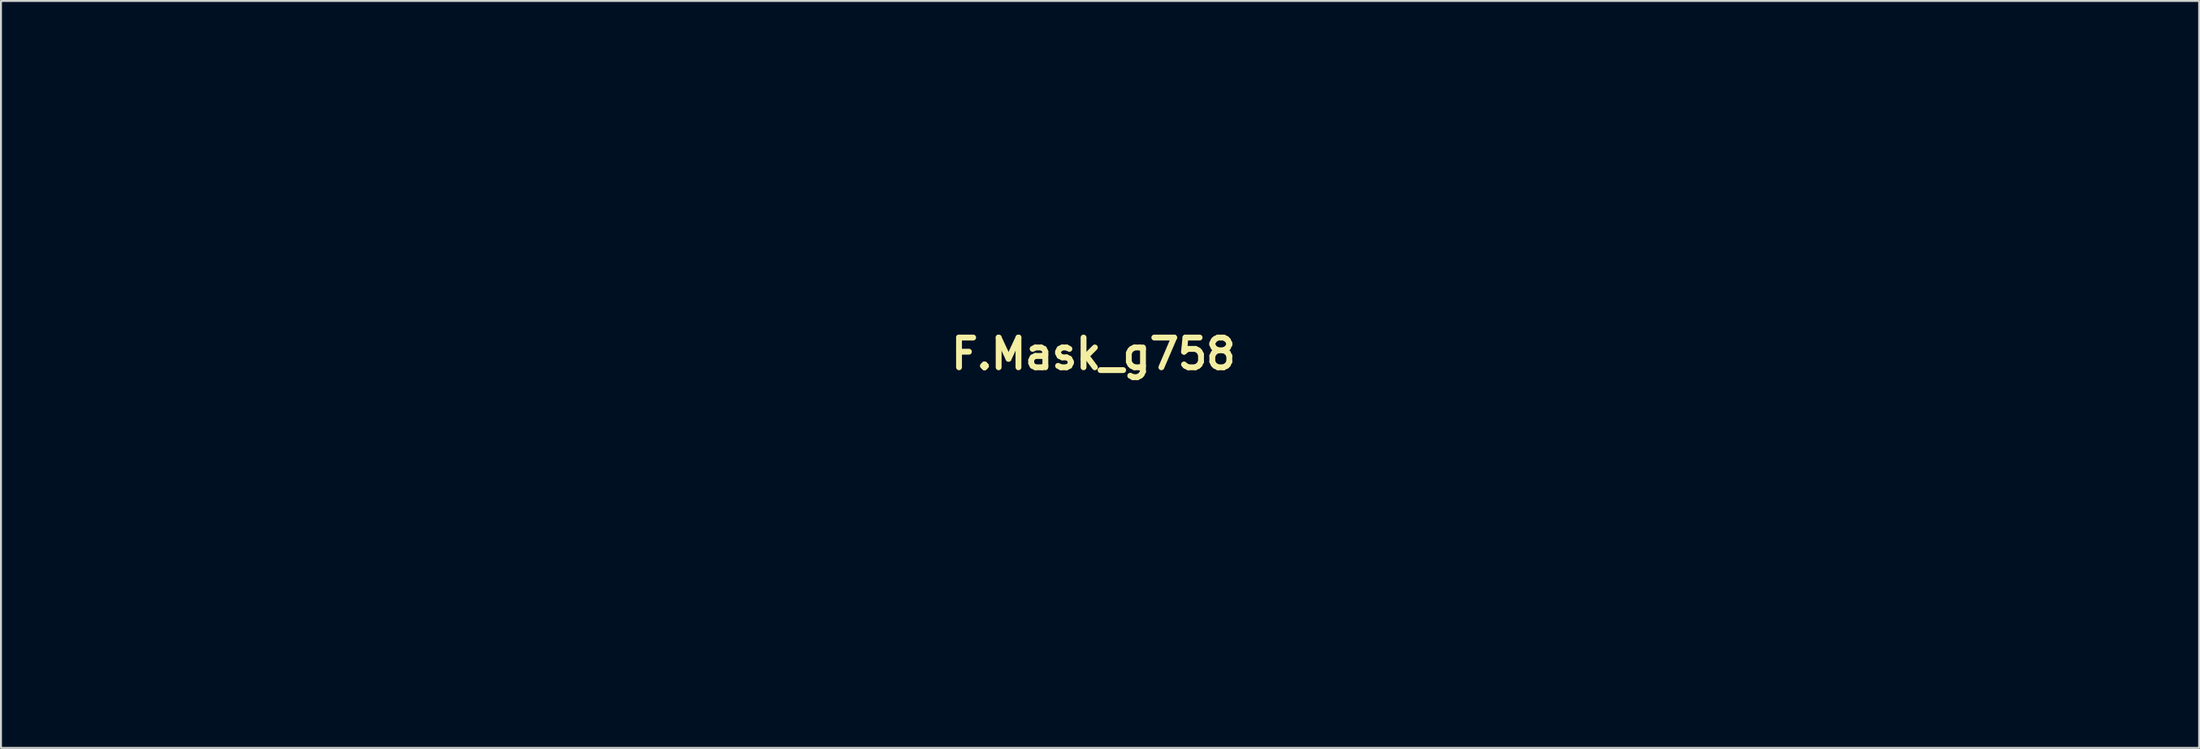
<source format=kicad_pcb>
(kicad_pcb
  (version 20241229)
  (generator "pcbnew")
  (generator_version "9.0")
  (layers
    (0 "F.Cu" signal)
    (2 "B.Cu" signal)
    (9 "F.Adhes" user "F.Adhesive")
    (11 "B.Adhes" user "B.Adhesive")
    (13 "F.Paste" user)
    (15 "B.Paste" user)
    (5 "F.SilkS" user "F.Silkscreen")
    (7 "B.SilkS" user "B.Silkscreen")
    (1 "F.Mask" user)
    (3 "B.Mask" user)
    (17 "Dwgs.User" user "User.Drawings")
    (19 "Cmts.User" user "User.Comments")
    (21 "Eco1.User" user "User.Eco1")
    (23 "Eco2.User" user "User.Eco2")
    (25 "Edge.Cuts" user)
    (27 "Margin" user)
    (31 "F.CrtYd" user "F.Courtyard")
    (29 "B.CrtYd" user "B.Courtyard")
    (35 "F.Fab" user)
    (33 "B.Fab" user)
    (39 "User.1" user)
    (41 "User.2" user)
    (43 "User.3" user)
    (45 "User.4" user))
  (footprint "F.Mask_g758"
    (layer "F.Cu")
    (at 53.028 15.097)
    (property "Reference" "F.Mask_g758" (at 0 0 0) (layer "F.SilkS") (effects (font (size 1.524 1.524) (thickness 0.3))))
    (attr through_hole)
    (fp_poly (pts (xy -0.118 3.712) (xy -0.08 3.722) (xy -0.066 3.732) (xy -0.048 3.766) (xy -0.021 3.827) (xy 0.009 3.905) (xy 0.014 3.918) (xy 0.054 4.067) (xy 0.078 4.229) (xy 0.084 4.392) (xy 0.071 4.542) (xy 0.047 4.646) (xy 0.021 4.731) (xy -0.001 4.816) (xy -0.01 4.862) (xy -0.03 4.933) (xy -0.06 4.996) (xy -0.067 5.006) (xy -0.136 5.07) (xy -0.216 5.109) (xy -0.298 5.122) (xy -0.371 5.107) (xy -0.415 5.075) (xy -0.483 4.987) (xy -0.53 4.912) (xy -0.55 4.855) (xy -0.55 4.848) (xy -0.555 4.809) (xy -0.567 4.74) (xy -0.585 4.654) (xy -0.595 4.609) (xy -0.626 4.418) (xy -0.628 4.244) (xy -0.6 4.071) (xy -0.547 3.905) (xy -0.476 3.715) (xy -0.284 3.709) (xy -0.183 3.707) (xy -0.118 3.712)) (stroke (width 0.01) (type solid)) (fill yes) (layer "F.Mask"))
    (fp_poly (pts (xy 7.586 3.38) (xy 7.611 3.42) (xy 7.635 3.433) (xy 7.648 3.445) (xy 7.664 3.478) (xy 7.684 3.537) (xy 7.708 3.625) (xy 7.739 3.746) (xy 7.776 3.903) (xy 7.789 3.958) (xy 7.822 4.104) (xy 7.854 4.238) (xy 7.881 4.355) (xy 7.903 4.448) (xy 7.918 4.511) (xy 7.923 4.535) (xy 7.938 4.593) (xy 7.578 4.593) (xy 7.431 4.592) (xy 7.321 4.588) (xy 7.25 4.582) (xy 7.219 4.574) (xy 7.218 4.571) (xy 7.223 4.546) (xy 7.237 4.485) (xy 7.258 4.394) (xy 7.286 4.28) (xy 7.318 4.149) (xy 7.345 4.043) (xy 7.38 3.9) (xy 7.412 3.768) (xy 7.438 3.654) (xy 7.458 3.564) (xy 7.469 3.503) (xy 7.472 3.483) (xy 7.483 3.439) (xy 7.504 3.429) (xy 7.536 3.411) (xy 7.554 3.382) (xy 7.572 3.334) (xy 7.586 3.38)) (stroke (width 0.01) (type solid)) (fill yes) (layer "F.Mask"))
    (fp_poly (pts (xy 21.154 -13.991) (xy 21.304 -13.803) (xy 21.446 -13.624) (xy 21.578 -13.458) (xy 21.698 -13.306) (xy 21.802 -13.172) (xy 21.89 -13.058) (xy 21.959 -12.968) (xy 22.007 -12.903) (xy 22.032 -12.868) (xy 22.035 -12.862) (xy 22.03 -12.839) (xy 22.017 -12.777) (xy 21.995 -12.677) (xy 21.965 -12.541) (xy 21.928 -12.372) (xy 21.883 -12.17) (xy 21.832 -11.939) (xy 21.774 -11.68) (xy 21.711 -11.394) (xy 21.642 -11.084) (xy 21.568 -10.752) (xy 21.489 -10.4) (xy 21.406 -10.028) (xy 21.319 -9.64) (xy 21.229 -9.237) (xy 21.136 -8.821) (xy 21.041 -8.394) (xy 21.028 -8.338) (xy 20.836 -7.478) (xy 20.644 -6.623) (xy 20.455 -5.776) (xy 20.267 -4.935) (xy 20.081 -4.104) (xy 19.897 -3.282) (xy 19.716 -2.471) (xy 19.538 -1.671) (xy 19.362 -0.884) (xy 19.189 -0.11) (xy 19.02 0.649) (xy 18.854 1.393) (xy 18.692 2.12) (xy 18.534 2.83) (xy 18.38 3.521) (xy 18.23 4.193) (xy 18.085 4.845) (xy 17.945 5.475) (xy 17.81 6.083) (xy 17.68 6.667) (xy 17.556 7.227) (xy 17.437 7.762) (xy 17.324 8.271) (xy 17.217 8.752) (xy 17.117 9.205) (xy 17.023 9.628) (xy 16.937 10.022) (xy 16.857 10.384) (xy 16.784 10.714) (xy 16.719 11.011) (xy 16.661 11.273) (xy 16.612 11.501) (xy 16.57 11.692) (xy 16.537 11.846) (xy 16.512 11.962) (xy 16.496 12.039) (xy 16.489 12.076) (xy 16.489 12.079) (xy 16.51 12.079) (xy 16.572 12.08) (xy 16.675 12.08) (xy 16.817 12.08) (xy 16.998 12.081) (xy 17.216 12.081) (xy 17.471 12.081) (xy 17.762 12.082) (xy 18.087 12.082) (xy 18.446 12.082) (xy 18.838 12.083) (xy 19.262 12.083) (xy 19.716 12.083) (xy 20.2 12.083) (xy 20.714 12.084) (xy 21.255 12.084) (xy 21.823 12.084) (xy 22.418 12.084) (xy 23.037 12.084) (xy 23.681 12.085) (xy 24.348 12.085) (xy 25.037 12.085) (xy 25.748 12.085) (xy 26.479 12.085) (xy 27.229 12.086) (xy 27.998 12.086) (xy 28.784 12.086) (xy 29.586 12.086) (xy 30.405 12.086) (xy 31.238 12.086) (xy 32.084 12.086) (xy 32.943 12.086) (xy 33.814 12.086) (xy 34.696 12.086) (xy 35.094 12.086) (xy 53.7 12.086) (xy 53.7 17.209) (xy -53.023 17.209) (xy -53.023 12.086) (xy -34.68 12.086) (xy -33.621 12.086) (xy -32.603 12.086) (xy -31.625 12.086) (xy -30.688 12.086) (xy -29.789 12.086) (xy -28.929 12.086) (xy -28.106 12.086) (xy -27.32 12.086) (xy -26.569 12.086) (xy -25.853 12.086) (xy -25.171 12.086) (xy -24.523 12.085) (xy -23.907 12.085) (xy -23.323 12.085) (xy -22.769 12.085) (xy -22.245 12.084) (xy -21.751 12.084) (xy -21.284 12.084) (xy -20.845 12.083) (xy -20.433 12.083) (xy -20.047 12.083) (xy -19.685 12.082) (xy -19.348 12.082) (xy -19.034 12.081) (xy -18.742 12.08) (xy -18.473 12.08) (xy -18.224 12.079) (xy -17.995 12.078) (xy -17.785 12.077) (xy -17.594 12.077) (xy -17.42 12.076) (xy -17.263 12.075) (xy -17.122 12.074) (xy -16.996 12.073) (xy -16.884 12.071) (xy -16.785 12.07) (xy -16.699 12.069) (xy -16.625 12.068) (xy -16.562 12.066) (xy -16.509 12.065) (xy -16.465 12.063) (xy -16.43 12.062) (xy -16.402 12.06) (xy -16.381 12.058) (xy -16.366 12.056) (xy -16.356 12.054) (xy -16.351 12.052) (xy -16.349 12.05) (xy -16.349 12.049) (xy -16.355 12.021) (xy -16.37 11.956) (xy -16.392 11.859) (xy -16.42 11.735) (xy -16.452 11.589) (xy -16.488 11.425) (xy -16.526 11.249) (xy -16.531 11.229) (xy -16.611 10.866) (xy -16.7 10.463) (xy -16.797 10.023) (xy -16.902 9.548) (xy -17.015 9.04) (xy -17.135 8.501) (xy -17.262 7.933) (xy -17.396 7.338) (xy -17.534 6.718) (xy -17.679 6.075) (xy -17.828 5.411) (xy -17.981 4.728) (xy -18.139 4.029) (xy -18.3 3.314) (xy -18.464 2.587) (xy -18.587 2.041) (xy -12.869 2.041) (xy -12.869 2.561) (xy -9.97 2.561) (xy -9.969 3.858) (xy -9.968 5.154) (xy -9.918 5.271) (xy -9.901 5.312) (xy -9.885 5.346) (xy -9.868 5.375) (xy -9.846 5.399) (xy -9.814 5.418) (xy -9.771 5.432) (xy -9.711 5.443) (xy -9.633 5.451) (xy -9.531 5.456) (xy -9.404 5.459) (xy -9.246 5.46) (xy -9.056 5.461) (xy -8.828 5.461) (xy -8.673 5.461) (xy -7.599 5.461) (xy -7.599 4.788) (xy -7.89 4.78) (xy -8.013 4.776) (xy -8.102 4.771) (xy -8.165 4.763) (xy -8.21 4.751) (xy -8.246 4.734) (xy -8.25 4.731) (xy -8.319 4.69) (xy -8.319 3.281) (xy -6.519 3.281) (xy -6.519 5.546) (xy -5.144 5.546) (xy -5.144 3.619) (xy -4.944 3.619) (xy -4.844 3.621) (xy -4.77 3.627) (xy -4.707 3.642) (xy -4.639 3.668) (xy -4.587 3.691) (xy -4.479 3.746) (xy -4.406 3.8) (xy -4.36 3.864) (xy -4.337 3.948) (xy -4.329 4.062) (xy -4.329 4.096) (xy -4.337 4.239) (xy -4.364 4.347) (xy -4.414 4.423) (xy -4.492 4.473) (xy -4.601 4.5) (xy -4.746 4.508) (xy -4.747 4.508) (xy -4.932 4.508) (xy -4.673 5.027) (xy -4.414 5.546) (xy -3.731 5.546) (xy -3.566 5.545) (xy -3.415 5.545) (xy -3.283 5.544) (xy -3.176 5.543) (xy -3.099 5.541) (xy -3.055 5.54) (xy -3.048 5.539) (xy -3.06 5.52) (xy -3.094 5.474) (xy -3.146 5.403) (xy -3.211 5.315) (xy -3.287 5.214) (xy -3.301 5.195) (xy -3.555 4.858) (xy -3.366 4.678) (xy -3.274 4.587) (xy -3.207 4.513) (xy -3.157 4.443) (xy -3.117 4.369) (xy -3.107 4.35) (xy -3.103 4.341) (xy -1.942 4.341) (xy -1.939 4.415) (xy -1.901 4.616) (xy -1.828 4.799) (xy -1.717 4.968) (xy -1.578 5.119) (xy -1.4 5.26) (xy -1.2 5.372) (xy -0.972 5.456) (xy -0.73 5.512) (xy -0.584 5.531) (xy -0.412 5.541) (xy -0.229 5.542) (xy -0.051 5.536) (xy 0.107 5.521) (xy 0.16 5.513) (xy 0.417 5.453) (xy 0.648 5.37) (xy 0.852 5.263) (xy 1.025 5.137) (xy 1.166 4.992) (xy 1.248 4.868) (xy 2.286 4.868) (xy 2.286 5.207) (xy 2.286 5.334) (xy 2.288 5.425) (xy 2.291 5.486) (xy 2.297 5.522) (xy 2.306 5.54) (xy 2.319 5.546) (xy 2.323 5.546) (xy 2.351 5.545) (xy 2.417 5.542) (xy 2.517 5.538) (xy 2.646 5.533) (xy 2.705 5.53) (xy 5.567 5.53) (xy 5.587 5.534) (xy 5.645 5.537) (xy 5.736 5.539) (xy 5.854 5.541) (xy 5.996 5.541) (xy 6.156 5.541) (xy 6.302 5.541) (xy 7.037 5.535) (xy 7.079 5.318) (xy 7.12 5.101) (xy 8.018 5.101) (xy 8.107 5.323) (xy 8.196 5.546) (xy 8.892 5.546) (xy 9.089 5.545) (xy 9.247 5.544) (xy 9.37 5.542) (xy 9.461 5.539) (xy 9.523 5.535) (xy 9.561 5.53) (xy 9.577 5.523) (xy 9.578 5.519) (xy 9.571 5.494) (xy 9.553 5.432) (xy 9.528 5.337) (xy 9.494 5.213) (xy 9.453 5.064) (xy 9.407 4.893) (xy 9.357 4.705) (xy 9.303 4.503) (xy 9.281 4.424) (xy 9.226 4.218) (xy 9.174 4.023) (xy 9.126 3.844) (xy 9.083 3.685) (xy 9.046 3.549) (xy 9.017 3.441) (xy 8.996 3.364) (xy 8.985 3.323) (xy 8.983 3.318) (xy 8.979 3.311) (xy 8.969 3.304) (xy 8.951 3.299) (xy 8.921 3.294) (xy 8.876 3.291) (xy 8.814 3.288) (xy 8.731 3.285) (xy 8.624 3.284) (xy 8.491 3.283) (xy 8.328 3.282) (xy 8.133 3.281) (xy 7.901 3.281) (xy 7.631 3.281) (xy 7.569 3.281) (xy 6.167 3.281) (xy 5.867 4.397) (xy 5.81 4.607) (xy 5.757 4.805) (xy 5.709 4.987) (xy 5.666 5.148) (xy 5.629 5.287) (xy 5.6 5.397) (xy 5.579 5.477) (xy 5.568 5.522) (xy 5.567 5.53) (xy 2.705 5.53) (xy 2.8 5.526) (xy 2.974 5.518) (xy 3.164 5.509) (xy 3.344 5.501) (xy 4.329 5.456) (xy 4.397 5.39) (xy 4.466 5.323) (xy 4.466 4.302) (xy 4.466 3.281) (xy 3.09 3.281) (xy 3.09 3.896) (xy 3.09 4.076) (xy 3.089 4.22) (xy 3.088 4.331) (xy 3.085 4.416) (xy 3.08 4.48) (xy 3.074 4.529) (xy 3.065 4.566) (xy 3.054 4.599) (xy 3.05 4.61) (xy 3.024 4.674) (xy 3.006 4.723) (xy 3.001 4.738) (xy 2.979 4.761) (xy 2.928 4.791) (xy 2.869 4.818) (xy 2.803 4.842) (xy 2.739 4.857) (xy 2.665 4.865) (xy 2.566 4.868) (xy 2.515 4.868) (xy 2.286 4.868) (xy 1.248 4.868) (xy 1.273 4.83) (xy 1.343 4.654) (xy 1.376 4.465) (xy 1.378 4.403) (xy 1.357 4.198) (xy 1.296 4.002) (xy 1.197 3.82) (xy 1.063 3.654) (xy 0.896 3.51) (xy 0.851 3.479) (xy 0.657 3.372) (xy 0.435 3.291) (xy 0.192 3.234) (xy -0.065 3.202) (xy -0.33 3.197) (xy -0.594 3.217) (xy -0.851 3.264) (xy -1.095 3.339) (xy -1.137 3.355) (xy -1.273 3.413) (xy -1.38 3.467) (xy -1.467 3.524) (xy -1.545 3.59) (xy -1.615 3.661) (xy -1.755 3.833) (xy -1.856 4.005) (xy -1.919 4.175) (xy -1.942 4.341) (xy -3.103 4.341) (xy -3.074 4.274) (xy -3.053 4.212) (xy -3.042 4.148) (xy -3.038 4.067) (xy -3.038 4) (xy -3.039 3.9) (xy -3.045 3.829) (xy -3.058 3.774) (xy -3.08 3.72) (xy -3.094 3.693) (xy -3.155 3.599) (xy -3.234 3.511) (xy -3.319 3.439) (xy -3.4 3.394) (xy -3.41 3.39) (xy -3.439 3.387) (xy -3.507 3.382) (xy -3.609 3.376) (xy -3.74 3.37) (xy -3.898 3.363) (xy -4.076 3.355) (xy -4.272 3.347) (xy -4.481 3.339) (xy -4.699 3.331) (xy -4.922 3.323) (xy -5.146 3.315) (xy -5.365 3.308) (xy -5.577 3.301) (xy -5.778 3.295) (xy -5.962 3.29) (xy -6.125 3.286) (xy -6.265 3.283) (xy -6.376 3.281) (xy -6.43 3.281) (xy -6.519 3.281) (xy -8.319 3.281) (xy -8.319 2.561) (xy -6.8 2.561) (xy -6.672 2.561) (xy -6.504 2.561) (xy -6.297 2.562) (xy -6.054 2.562) (xy -5.776 2.563) (xy -5.465 2.564) (xy -5.122 2.565) (xy -4.751 2.566) (xy -4.352 2.567) (xy -3.928 2.569) (xy -3.48 2.57) (xy -3.011 2.572) (xy -2.521 2.573) (xy -2.014 2.575) (xy -1.491 2.577) (xy -0.953 2.579) (xy -0.404 2.581) (xy 0.157 2.583) (xy 0.725 2.585) (xy 1.301 2.587) (xy 1.881 2.589) (xy 2.464 2.592) (xy 3.048 2.594) (xy 3.632 2.596) (xy 4.213 2.598) (xy 4.789 2.6) (xy 5.358 2.603) (xy 5.92 2.605) (xy 6.471 2.607) (xy 7.01 2.609) (xy 7.535 2.611) (xy 8.044 2.614) (xy 8.536 2.616) (xy 9.008 2.618) (xy 9.458 2.62) (xy 9.886 2.621) (xy 10.288 2.623) (xy 10.662 2.625) (xy 11.008 2.627) (xy 11.323 2.628) (xy 11.606 2.63) (xy 11.853 2.631) (xy 12.017 2.632) (xy 13.547 2.641) (xy 13.547 1.947) (xy -8.319 1.947) (xy -8.319 0.106) (xy -8.994 0.106) (xy -9.005 0.175) (xy -9.029 0.314) (xy -9.049 0.423) (xy -9.067 0.511) (xy -9.087 0.589) (xy -9.11 0.668) (xy -9.115 0.687) (xy -9.216 0.949) (xy -9.348 1.19) (xy -9.508 1.405) (xy -9.624 1.525) (xy -9.752 1.637) (xy -9.874 1.722) (xy -10.008 1.791) (xy -10.113 1.834) (xy -10.173 1.856) (xy -10.233 1.874) (xy -10.296 1.891) (xy -10.367 1.905) (xy -10.449 1.918) (xy -10.546 1.929) (xy -10.661 1.939) (xy -10.799 1.949) (xy -10.964 1.959) (xy -11.158 1.969) (xy -11.387 1.979) (xy -11.653 1.99) (xy -11.71 1.993) (xy -12.869 2.041) (xy -18.587 2.041) (xy -18.63 1.849) (xy -18.799 1.103) (xy -18.969 0.35) (xy -19.14 -0.408) (xy -19.313 -1.168) (xy -19.485 -1.929) (xy -19.657 -2.688) (xy -19.829 -3.444) (xy -19.999 -4.194) (xy -20.025 -4.307) (xy -7.535 -4.307) (xy -7.525 -4.276) (xy -7.497 -4.219) (xy -7.458 -4.144) (xy -7.411 -4.062) (xy -7.362 -3.982) (xy -7.333 -3.936) (xy -7.201 -3.767) (xy -7.04 -3.613) (xy -6.892 -3.503) (xy -6.797 -3.447) (xy -6.696 -3.392) (xy -6.597 -3.344) (xy -6.51 -3.307) (xy -6.445 -3.285) (xy -6.419 -3.281) (xy -6.364 -3.269) (xy -6.319 -3.248) (xy -6.261 -3.222) (xy -6.166 -3.196) (xy -6.043 -3.17) (xy -5.897 -3.146) (xy -5.734 -3.125) (xy -5.562 -3.109) (xy -5.556 -3.108) (xy -5.414 -3.099) (xy -5.272 -3.096) (xy -5.125 -3.098) (xy -4.966 -3.105) (xy -4.79 -3.12) (xy -4.589 -3.141) (xy -4.358 -3.169) (xy -4.138 -3.199) (xy -3.981 -3.221) (xy -3.86 -3.238) (xy -3.771 -3.253) (xy -3.706 -3.267) (xy -3.66 -3.28) (xy -3.628 -3.293) (xy -3.604 -3.31) (xy -3.593 -3.319) (xy -3.535 -3.373) (xy -3.535 -3.201) (xy -3.545 -2.983) (xy -3.573 -2.739) (xy -3.617 -2.48) (xy -3.676 -2.216) (xy -3.747 -1.959) (xy -3.771 -1.884) (xy -3.867 -1.612) (xy -3.979 -1.343) (xy -4.107 -1.073) (xy -4.254 -0.8) (xy -4.423 -0.52) (xy -4.614 -0.231) (xy -4.83 0.072) (xy -5.074 0.391) (xy -5.346 0.729) (xy -5.649 1.089) (xy -5.705 1.154) (xy -5.787 1.249) (xy -5.86 1.335) (xy -5.919 1.405) (xy -5.96 1.454) (xy -5.977 1.476) (xy -5.973 1.484) (xy -5.95 1.49) (xy -5.904 1.495) (xy -5.832 1.498) (xy -5.73 1.501) (xy -5.595 1.502) (xy -5.423 1.503) (xy -5.303 1.503) (xy -5.113 1.503) (xy -4.961 1.502) (xy -4.843 1.501) (xy -4.755 1.499) (xy -4.691 1.496) (xy -4.648 1.491) (xy -4.622 1.485) (xy -4.607 1.477) (xy -4.601 1.467) (xy -4.6 1.466) (xy -4.435 1.048) (xy -4.235 0.652) (xy -4.001 0.279) (xy -3.736 -0.068) (xy -3.441 -0.389) (xy -3.119 -0.68) (xy -2.771 -0.941) (xy -2.399 -1.17) (xy -2.006 -1.364) (xy -1.592 -1.523) (xy -1.257 -1.621) (xy -0.826 -1.711) (xy -0.402 -1.76) (xy 0.017 -1.768) (xy 0.433 -1.735) (xy 0.752 -1.683) (xy 1.148 -1.582) (xy 1.528 -1.442) (xy 1.89 -1.266) (xy 2.232 -1.053) (xy 2.554 -0.804) (xy 2.855 -0.521) (xy 3.131 -0.205) (xy 3.384 0.143) (xy 3.61 0.522) (xy 3.627 0.554) (xy 3.713 0.725) (xy 3.8 0.911) (xy 3.88 1.098) (xy 3.947 1.272) (xy 3.978 1.36) (xy 4.025 1.503) (xy 5.36 1.503) (xy 5.244 1.378) (xy 4.989 1.082) (xy 4.745 0.758) (xy 4.518 0.416) (xy 4.315 0.066) (xy 4.142 -0.282) (xy 4.089 -0.402) (xy 4.01 -0.6) (xy 3.934 -0.812) (xy 3.862 -1.03) (xy 3.799 -1.244) (xy 3.745 -1.446) (xy 3.704 -1.627) (xy 3.681 -1.767) (xy 3.65 -2.014) (xy 3.628 -2.234) (xy 3.613 -2.441) (xy 3.603 -2.651) (xy 3.599 -2.877) (xy 3.599 -3) (xy 3.598 -3.514) (xy 2.623 -4.976) (xy 2.474 -5.2) (xy 2.332 -5.413) (xy 2.199 -5.614) (xy 2.077 -5.799) (xy 1.966 -5.966) (xy 1.87 -6.112) (xy 1.789 -6.235) (xy 1.726 -6.332) (xy 1.682 -6.4) (xy 1.658 -6.438) (xy 1.655 -6.444) (xy 1.674 -6.455) (xy 1.727 -6.484) (xy 1.809 -6.527) (xy 1.915 -6.584) (xy 2.041 -6.652) (xy 2.183 -6.728) (xy 2.321 -6.802) (xy 2.981 -7.154) (xy 3.441 -7.154) (xy 3.567 -7.027) (xy 3.693 -6.9) (xy 3.768 -7.047) (xy 3.641 -7.257) (xy 3.59 -7.342) (xy 3.55 -7.415) (xy 3.523 -7.467) (xy 3.514 -7.491) (xy 3.532 -7.502) (xy 3.59 -7.509) (xy 3.687 -7.513) (xy 3.775 -7.514) (xy 4.037 -7.514) (xy 4.084 -7.674) (xy 4.112 -7.784) (xy 4.122 -7.87) (xy 4.118 -7.928) (xy 4.104 -8.022) (xy 2.566 -8.027) (xy 1.029 -8.033) (xy 0.778 -8.615) (xy 0.342 -7.874) (xy -0.093 -7.133) (xy -3.263 -7.133) (xy -3.248 -7.064) (xy -3.231 -7.001) (xy -3.205 -6.946) (xy -3.163 -6.888) (xy -3.098 -6.815) (xy -3.093 -6.809) (xy -2.998 -6.727) (xy -2.874 -6.647) (xy -2.732 -6.574) (xy -2.585 -6.515) (xy -2.443 -6.474) (xy -2.319 -6.456) (xy -2.301 -6.456) (xy -2.234 -6.448) (xy -2.156 -6.43) (xy -2.135 -6.423) (xy -2.022 -6.391) (xy -1.87 -6.362) (xy -1.685 -6.335) (xy -1.469 -6.311) (xy -1.227 -6.292) (xy -0.963 -6.276) (xy -0.682 -6.264) (xy -0.499 -6.259) (xy -0.268 -6.255) (xy -0.209 -6.078) (xy -0.179 -5.995) (xy -0.152 -5.925) (xy -0.131 -5.88) (xy -0.126 -5.872) (xy -0.107 -5.831) (xy -0.097 -5.779) (xy -0.093 -5.715) (xy -1.159 -5.71) (xy -2.225 -5.704) (xy -2.144 -5.589) (xy -2.039 -5.465) (xy -1.903 -5.346) (xy -1.748 -5.241) (xy -1.662 -5.195) (xy -1.551 -5.151) (xy -1.404 -5.11) (xy -1.224 -5.072) (xy -1.016 -5.038) (xy -0.787 -5.008) (xy -0.54 -4.984) (xy -0.28 -4.966) (xy -0.064 -4.956) (xy 0.348 -4.942) (xy 0.614 -4.498) (xy -0.285 -4.492) (xy -0.476 -4.491) (xy -0.653 -4.489) (xy -0.811 -4.486) (xy -0.948 -4.483) (xy -1.057 -4.48) (xy -1.136 -4.477) (xy -1.178 -4.473) (xy -1.185 -4.471) (xy -1.17 -4.428) (xy -1.13 -4.371) (xy -1.075 -4.31) (xy -1.014 -4.258) (xy -1.013 -4.257) (xy -0.86 -4.164) (xy -0.709 -4.104) (xy -0.607 -4.082) (xy -0.534 -4.069) (xy -0.432 -4.051) (xy -0.317 -4.03) (xy -0.212 -4.01) (xy 0.027 -3.967) (xy 0.249 -3.933) (xy 0.447 -3.91) (xy 0.614 -3.897) (xy 0.699 -3.895) (xy 0.867 -3.895) (xy 1.059 -3.514) (xy -1.135 -3.514) (xy -1.488 -3.514) (xy -1.801 -3.514) (xy -2.076 -3.514) (xy -2.318 -3.514) (xy -2.527 -3.515) (xy -2.706 -3.516) (xy -2.859 -3.517) (xy -2.987 -3.518) (xy -3.093 -3.52) (xy -3.181 -3.522) (xy -3.251 -3.525) (xy -3.308 -3.528) (xy -3.353 -3.532) (xy -3.389 -3.537) (xy -3.418 -3.542) (xy -3.444 -3.548) (xy -3.468 -3.555) (xy -3.48 -3.558) (xy -3.627 -3.609) (xy -3.748 -3.667) (xy -3.851 -3.741) (xy -3.947 -3.837) (xy -4.044 -3.962) (xy -4.086 -4.023) (xy -4.146 -4.107) (xy -4.204 -4.183) (xy -4.254 -4.241) (xy -4.276 -4.262) (xy -4.342 -4.318) (xy -5.939 -4.318) (xy -6.195 -4.318) (xy -6.438 -4.317) (xy -6.665 -4.317) (xy -6.873 -4.316) (xy -7.059 -4.315) (xy -7.218 -4.313) (xy -7.349 -4.312) (xy -7.448 -4.31) (xy -7.511 -4.309) (xy -7.535 -4.307) (xy -7.535 -4.307) (xy -20.025 -4.307) (xy -20.168 -4.937) (xy -20.335 -5.669) (xy -20.499 -6.391) (xy -20.66 -7.098) (xy -20.818 -7.789) (xy -20.972 -8.463) (xy -21.122 -9.117) (xy -21.267 -9.749) (xy -21.406 -10.357) (xy -21.54 -10.94) (xy -21.609 -11.239) (xy -21.678 -11.54) (xy -21.738 -11.802) (xy -21.79 -12.028) (xy -21.833 -12.22) (xy -21.869 -12.382) (xy -21.898 -12.515) (xy -21.92 -12.622) (xy -21.937 -12.706) (xy -21.949 -12.769) (xy -21.955 -12.814) (xy -21.958 -12.842) (xy -21.955 -12.862) (xy -21.944 -12.89) (xy -21.924 -12.931) (xy -21.893 -12.986) (xy -21.849 -13.057) (xy -21.791 -13.149) (xy -21.717 -13.262) (xy -21.626 -13.4) (xy -21.515 -13.565) (xy -21.384 -13.76) (xy -21.23 -13.987) (xy -21.22 -14.001) (xy -20.48 -15.092) (xy 20.273 -15.092) (xy 21.154 -13.991)) (stroke (width 0.01) (type solid)) (fill yes) (layer "F.Mask")))
  (gr_rect
    (start -3 -3)
    (end 109.732 35.31)
    (stroke (width 0.1) (type default))
    (fill no)
    (layer "Edge.Cuts")))
</source>
